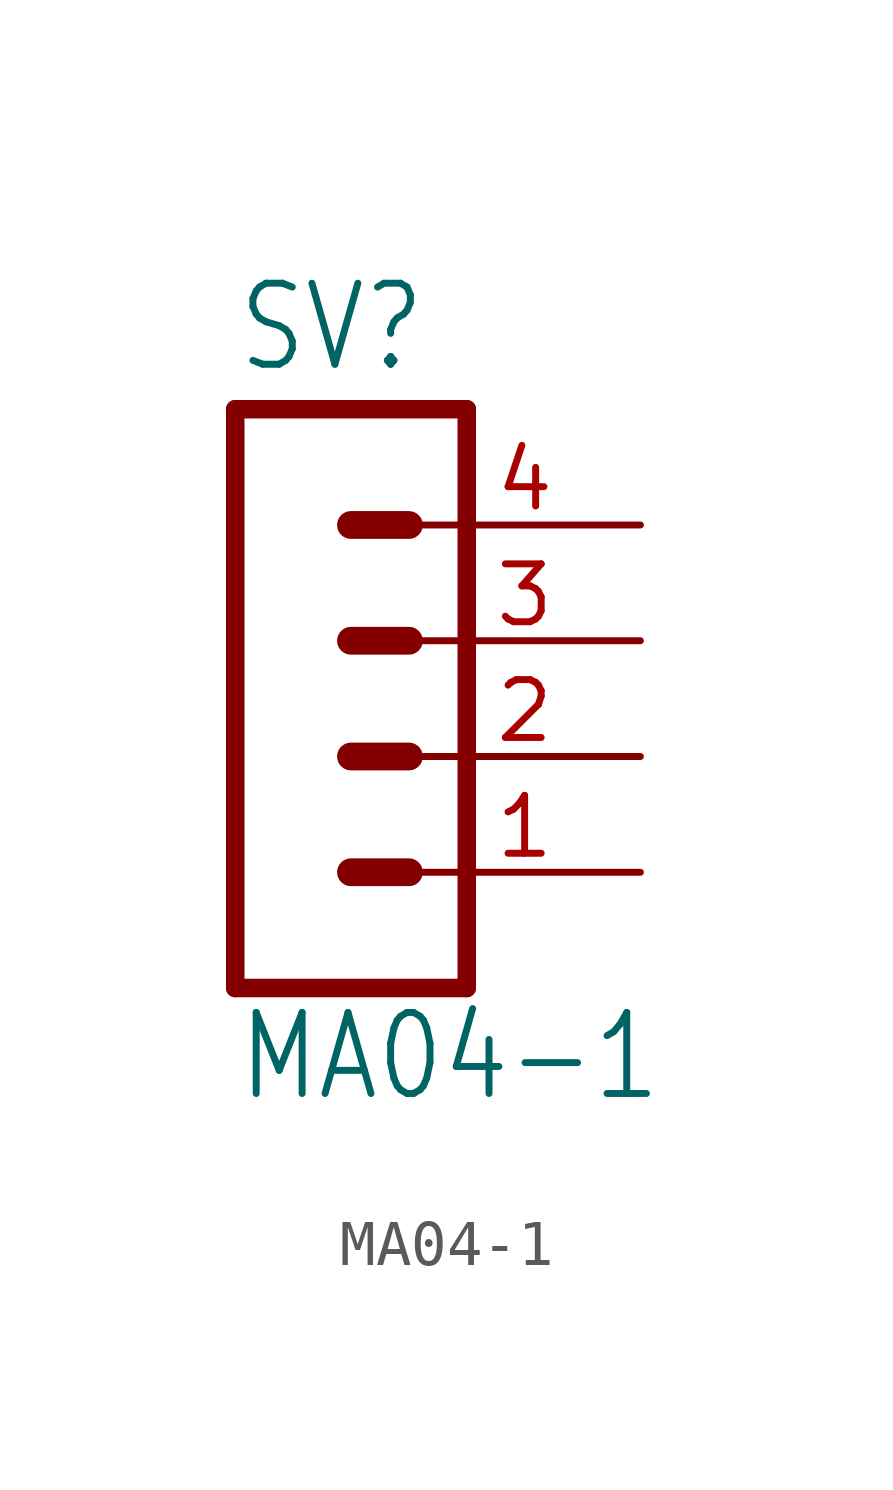
<source format=kicad_sym>
(kicad_symbol_lib
  (version 20211014)
  (generator kicad_symbol_editor)
  (symbol "MA04-1"
    (property "Reference" "SV"
      (at -1.27 5.842 0)
      (effects (font (size 1.778 1.511)) (justify left bottom)))
    (property "Value" "MA04-1"
      (at -1.27 -10.16 0)
      (effects (font (size 1.778 1.511)) (justify left bottom)))
    (property "ki_locked" ""
      (at 0 0 0)
      (effects (font (size 1.27 1.27))))
    (symbol "MA04-1_1_0"
      (polyline (pts (xy -1.27 5.08) (xy -1.27 -7.62)) (stroke (width 0.406) (type default) (color 0 0 0 0)) (fill (type none)))
      (polyline (pts (xy -1.27 5.08) (xy 3.81 5.08)) (stroke (width 0.406) (type default) (color 0 0 0 0)) (fill (type none)))
      (polyline (pts (xy 1.27 -5.08) (xy 2.54 -5.08)) (stroke (width 0.61) (type default) (color 0 0 0 0)) (fill (type none)))
      (polyline (pts (xy 1.27 -2.54) (xy 2.54 -2.54)) (stroke (width 0.61) (type default) (color 0 0 0 0)) (fill (type none)))
      (polyline (pts (xy 1.27 0) (xy 2.54 0)) (stroke (width 0.61) (type default) (color 0 0 0 0)) (fill (type none)))
      (polyline (pts (xy 1.27 2.54) (xy 2.54 2.54)) (stroke (width 0.61) (type default) (color 0 0 0 0)) (fill (type none)))
      (polyline (pts (xy 3.81 -7.62) (xy -1.27 -7.62)) (stroke (width 0.406) (type default) (color 0 0 0 0)) (fill (type none)))
      (polyline (pts (xy 3.81 -7.62) (xy 3.81 5.08)) (stroke (width 0.406) (type default) (color 0 0 0 0)) (fill (type none)))
      (pin passive line (at 7.62 -5.08 180) (length 5.08) (name "1" (effects (font (size 0 0)))) (number "1" (effects (font (size 1.27 1.27)))))
      (pin passive line (at 7.62 -2.54 180) (length 5.08) (name "2" (effects (font (size 0 0)))) (number "2" (effects (font (size 1.27 1.27)))))
      (pin passive line (at 7.62 0 180) (length 5.08) (name "3" (effects (font (size 0 0)))) (number "3" (effects (font (size 1.27 1.27)))))
      (pin passive line (at 7.62 2.54 180) (length 5.08) (name "4" (effects (font (size 0 0)))) (number "4" (effects (font (size 1.27 1.27))))))))
</source>
